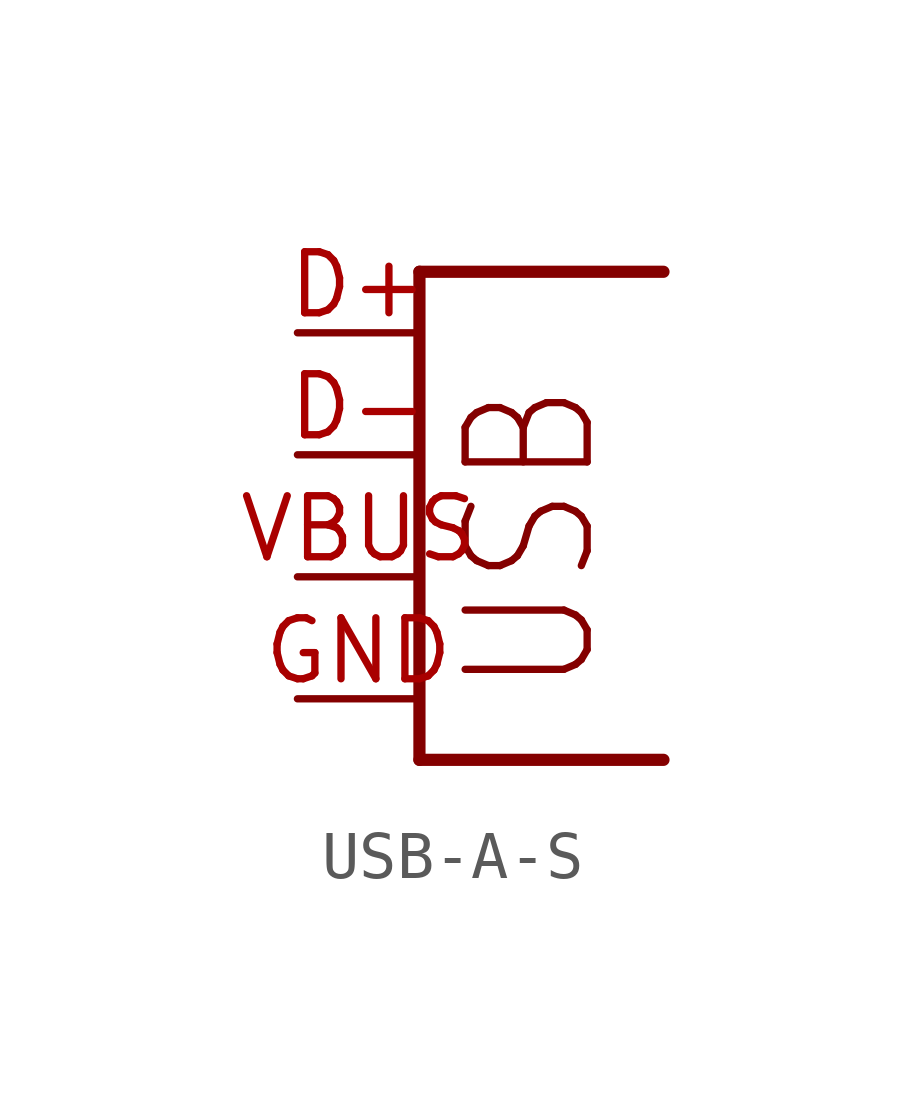
<source format=kicad_sym>
(kicad_symbol_lib
  (version 20231120)
  (generator "kicad_symbol_editor")
  (generator_version "8.0")
  (symbol "USB-A-S"
    (property "Reference" "JP"
      (at 0 0 0)
      (effects (font (size 1.27 1.27)) (hide yes)))
    (property "ki_locked" ""
      (at 0 0 0)
      (effects (font (size 1.27 1.27))))
    (symbol "USB-A-S_1_0"
      (polyline (pts (xy 0 -1.27) (xy 5.08 -1.27)) (stroke (width 0.254) (type solid)) (fill (type none)))
      (polyline (pts (xy 0 8.89) (xy 0 -1.27)) (stroke (width 0.254) (type solid)) (fill (type none)))
      (polyline (pts (xy 5.08 8.89) (xy 0 8.89)) (stroke (width 0.254) (type solid)) (fill (type none)))
      (text "USB" (at 3.81 0 900) (effects (font (size 2.54 2.159)) (justify left bottom)))
      (pin bidirectional line (at -2.54 7.62 0) (length 2.54) (name "D+" (effects (font (size 0 0)))) (number "D+" (effects (font (size 1.27 1.27)))))
      (pin bidirectional line (at -2.54 5.08 0) (length 2.54) (name "D-" (effects (font (size 0 0)))) (number "D-" (effects (font (size 1.27 1.27)))))
      (pin bidirectional line (at -2.54 0 0) (length 2.54) (name "GND" (effects (font (size 0 0)))) (number "GND" (effects (font (size 1.27 1.27)))))
      (pin bidirectional line (at -2.54 2.54 0) (length 2.54) (name "VBUS" (effects (font (size 0 0)))) (number "VBUS" (effects (font (size 1.27 1.27))))))))
</source>
